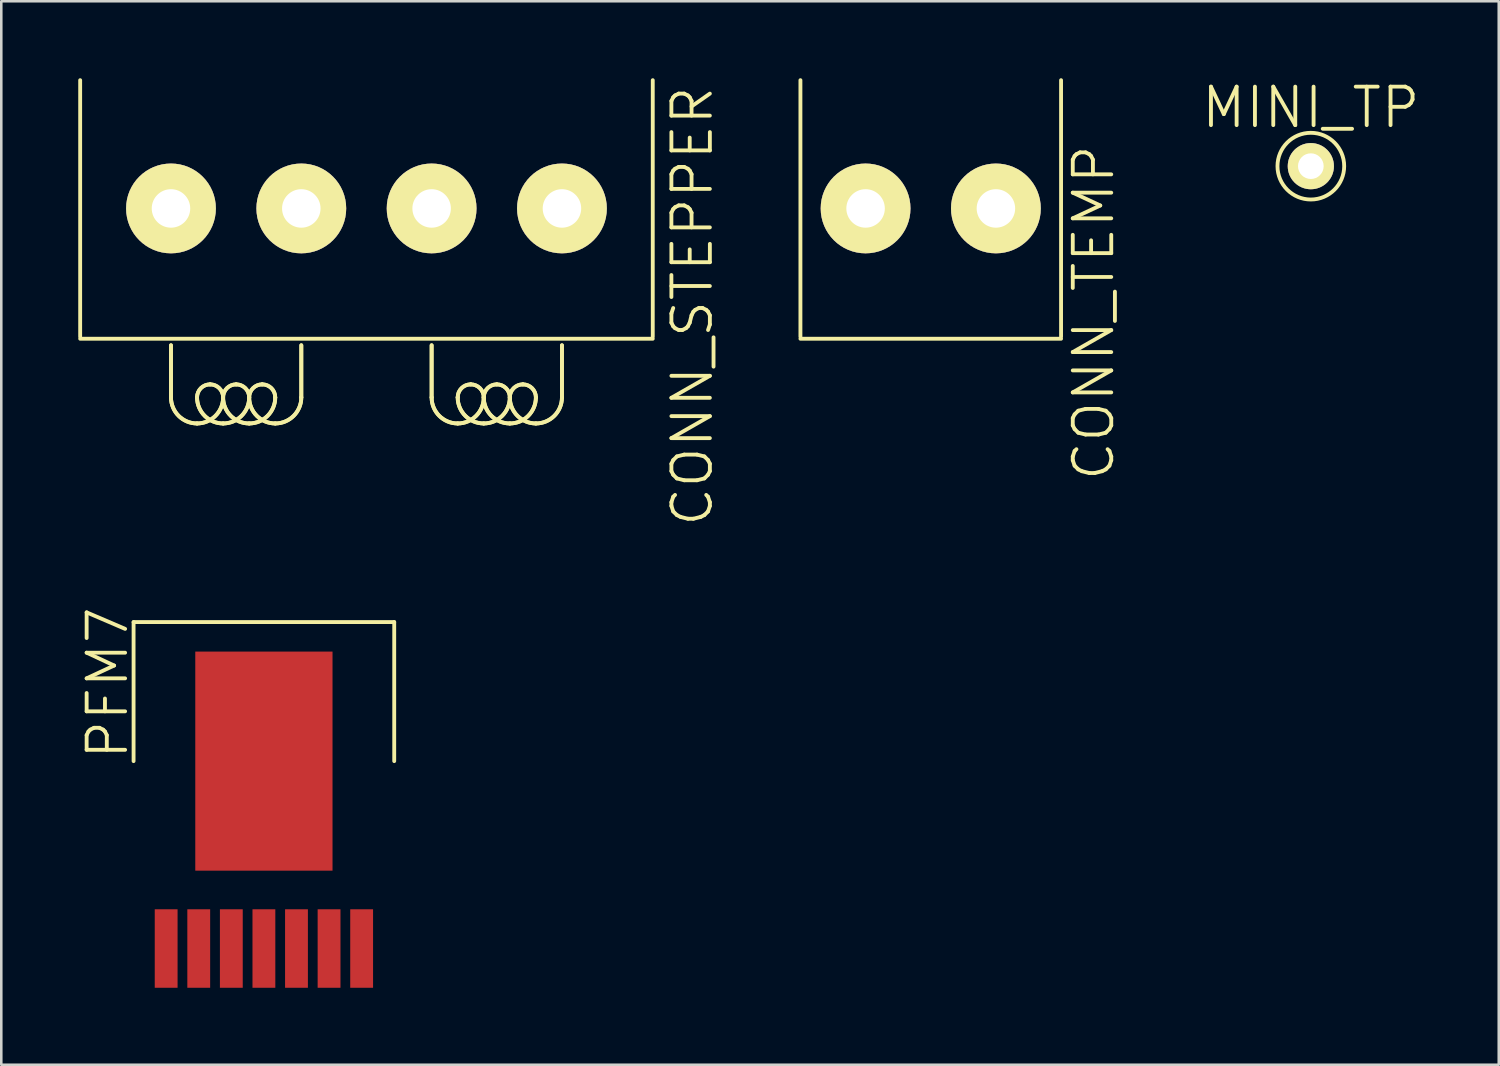
<source format=kicad_pcb>
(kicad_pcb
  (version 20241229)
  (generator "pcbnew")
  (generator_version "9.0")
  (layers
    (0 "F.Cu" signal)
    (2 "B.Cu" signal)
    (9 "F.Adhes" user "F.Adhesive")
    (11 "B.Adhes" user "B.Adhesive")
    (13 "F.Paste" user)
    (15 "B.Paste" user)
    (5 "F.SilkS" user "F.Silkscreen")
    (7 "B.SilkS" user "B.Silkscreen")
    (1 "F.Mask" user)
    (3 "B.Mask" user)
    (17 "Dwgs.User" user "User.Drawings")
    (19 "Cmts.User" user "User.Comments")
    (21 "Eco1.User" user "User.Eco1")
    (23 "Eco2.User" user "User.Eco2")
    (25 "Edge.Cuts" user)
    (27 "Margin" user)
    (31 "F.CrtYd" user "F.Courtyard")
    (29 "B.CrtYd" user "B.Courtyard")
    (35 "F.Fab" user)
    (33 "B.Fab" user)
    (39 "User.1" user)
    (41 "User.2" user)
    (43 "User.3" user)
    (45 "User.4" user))
  (footprint "CONN_TEMP"
    (layer "F.Cu")
    (at 33.231 5.075)
    (property "Reference" "CONN_TEMP" (at 6.35 4.064 90) (layer "F.SilkS") (effects (font (size 1.5 1.5) (thickness 0.15))))
    (attr through_hole)
    (fp_line (start -5.08 5) (end -5.08 -5) (stroke (width 0.15) (type solid)) (layer "F.SilkS"))
    (fp_line (start -5.08 5.08) (end 5.08 5.08) (stroke (width 0.15) (type solid)) (layer "F.SilkS"))
    (fp_line (start 5.08 5) (end 5.08 -5) (stroke (width 0.15) (type solid)) (layer "F.SilkS"))
    (pad "2" thru_hole circle (at 2.54 0) (size 3.5 3.5) (drill 1.5) (layers "*.Cu" "*.Mask" "F.SilkS"))
    (pad "3" thru_hole circle (at -2.54 0) (size 3.5 3.5) (drill 1.5) (layers "*.Cu" "*.Mask" "F.SilkS")))
  (footprint "MINI_TP"
    (layer "F.Cu")
    (at 48.047 3.427)
    (property "Reference" "MINI_TP" (at 0 -2.286 0) (layer "F.SilkS") (effects (font (size 1.5 1.5) (thickness 0.15))))
    (attr through_hole)
    (fp_circle (center 0 0) (end 1.3 0) (stroke (width 0.15) (type solid)) (fill no) (layer "F.SilkS"))
    (pad "1" thru_hole circle (at 0 0) (size 1.8 1.8) (drill 1) (layers "*.Cu" "*.Mask" "F.SilkS")))
  (footprint "CONN_STEPPER"
    (layer "F.Cu")
    (at 11.235 5.075)
    (property "Reference" "CONN_STEPPER" (at 12.7 3.81 90) (layer "F.SilkS") (effects (font (size 1.5 1.5) (thickness 0.15))))
    (attr through_hole)
    (fp_line (start -11.16 5) (end -11.16 -5) (stroke (width 0.15) (type solid)) (layer "F.SilkS"))
    (fp_line (start -11.16 5.08) (end 11.16 5.08) (stroke (width 0.15) (type solid)) (layer "F.SilkS"))
    (fp_line (start -7.62 5.334) (end -7.62 7.366) (stroke (width 0.15) (type solid)) (layer "F.SilkS"))
    (fp_line (start -7.62 5.334) (end -7.62 7.366) (stroke (width 0.15) (type solid)) (layer "F.SilkS"))
    (fp_line (start -2.54 7.366) (end -2.54 5.334) (stroke (width 0.15) (type solid)) (layer "F.SilkS"))
    (fp_line (start -2.54 7.366) (end -2.54 5.334) (stroke (width 0.15) (type solid)) (layer "F.SilkS"))
    (fp_line (start 2.54 5.334) (end 2.54 7.366) (stroke (width 0.15) (type solid)) (layer "F.SilkS"))
    (fp_line (start 2.54 5.334) (end 2.54 7.366) (stroke (width 0.15) (type solid)) (layer "F.SilkS"))
    (fp_line (start 7.62 7.366) (end 7.62 5.334) (stroke (width 0.15) (type solid)) (layer "F.SilkS"))
    (fp_line (start 7.62 7.366) (end 7.62 5.334) (stroke (width 0.15) (type solid)) (layer "F.SilkS"))
    (fp_line (start 11.16 5) (end 11.16 -5) (stroke (width 0.15) (type solid)) (layer "F.SilkS"))
    (fp_arc (start -6.604 7.366) (mid -6.45521 7.00679) (end -6.096 6.858) (stroke (width 0.15) (type solid)) (layer "F.SilkS"))
    (fp_arc (start -6.604 7.366) (mid -6.45521 7.00679) (end -6.096 6.858) (stroke (width 0.15) (type solid)) (layer "F.SilkS"))
    (fp_arc (start -6.604 8.382) (mid -7.32242 8.08442) (end -7.62 7.366) (stroke (width 0.15) (type solid)) (layer "F.SilkS"))
    (fp_arc (start -6.604 8.382) (mid -7.32242 8.08442) (end -7.62 7.366) (stroke (width 0.15) (type solid)) (layer "F.SilkS"))
    (fp_arc (start -6.096 6.858) (mid -5.73679 7.00679) (end -5.588 7.366) (stroke (width 0.15) (type solid)) (layer "F.SilkS"))
    (fp_arc (start -6.096 6.858) (mid -5.73679 7.00679) (end -5.588 7.366) (stroke (width 0.15) (type solid)) (layer "F.SilkS"))
    (fp_arc (start -5.588 7.366) (mid -5.88558 8.08442) (end -6.604 8.382) (stroke (width 0.15) (type solid)) (layer "F.SilkS"))
    (fp_arc (start -5.588 7.366) (mid -5.88558 8.08442) (end -6.604 8.382) (stroke (width 0.15) (type solid)) (layer "F.SilkS"))
    (fp_arc (start -5.588 7.366) (mid -5.43921 7.00679) (end -5.08 6.858) (stroke (width 0.15) (type solid)) (layer "F.SilkS"))
    (fp_arc (start -5.588 7.366) (mid -5.43921 7.00679) (end -5.08 6.858) (stroke (width 0.15) (type solid)) (layer "F.SilkS"))
    (fp_arc (start -5.588 8.382) (mid -6.30642 8.08442) (end -6.604 7.366) (stroke (width 0.15) (type solid)) (layer "F.SilkS"))
    (fp_arc (start -5.588 8.382) (mid -6.30642 8.08442) (end -6.604 7.366) (stroke (width 0.15) (type solid)) (layer "F.SilkS"))
    (fp_arc (start -5.08 6.858) (mid -4.72079 7.00679) (end -4.572 7.366) (stroke (width 0.15) (type solid)) (layer "F.SilkS"))
    (fp_arc (start -5.08 6.858) (mid -4.72079 7.00679) (end -4.572 7.366) (stroke (width 0.15) (type solid)) (layer "F.SilkS"))
    (fp_arc (start -4.572 7.366) (mid -4.86958 8.08442) (end -5.588 8.382) (stroke (width 0.15) (type solid)) (layer "F.SilkS"))
    (fp_arc (start -4.572 7.366) (mid -4.86958 8.08442) (end -5.588 8.382) (stroke (width 0.15) (type solid)) (layer "F.SilkS"))
    (fp_arc (start -4.572 7.366) (mid -4.42321 7.00679) (end -4.064 6.858) (stroke (width 0.15) (type solid)) (layer "F.SilkS"))
    (fp_arc (start -4.572 7.366) (mid -4.42321 7.00679) (end -4.064 6.858) (stroke (width 0.15) (type solid)) (layer "F.SilkS"))
    (fp_arc (start -4.572 8.382) (mid -5.29042 8.08442) (end -5.588 7.366) (stroke (width 0.15) (type solid)) (layer "F.SilkS"))
    (fp_arc (start -4.572 8.382) (mid -5.29042 8.08442) (end -5.588 7.366) (stroke (width 0.15) (type solid)) (layer "F.SilkS"))
    (fp_arc (start -4.064 6.858) (mid -3.70479 7.00679) (end -3.556 7.366) (stroke (width 0.15) (type solid)) (layer "F.SilkS"))
    (fp_arc (start -4.064 6.858) (mid -3.70479 7.00679) (end -3.556 7.366) (stroke (width 0.15) (type solid)) (layer "F.SilkS"))
    (fp_arc (start -3.556 7.366) (mid -3.85358 8.08442) (end -4.572 8.382) (stroke (width 0.15) (type solid)) (layer "F.SilkS"))
    (fp_arc (start -3.556 7.366) (mid -3.85358 8.08442) (end -4.572 8.382) (stroke (width 0.15) (type solid)) (layer "F.SilkS"))
    (fp_arc (start -3.556 8.382) (mid -4.27442 8.08442) (end -4.572 7.366) (stroke (width 0.15) (type solid)) (layer "F.SilkS"))
    (fp_arc (start -3.556 8.382) (mid -4.27442 8.08442) (end -4.572 7.366) (stroke (width 0.15) (type solid)) (layer "F.SilkS"))
    (fp_arc (start -2.54 7.366) (mid -2.83758 8.08442) (end -3.556 8.382) (stroke (width 0.15) (type solid)) (layer "F.SilkS"))
    (fp_arc (start -2.54 7.366) (mid -2.83758 8.08442) (end -3.556 8.382) (stroke (width 0.15) (type solid)) (layer "F.SilkS"))
    (fp_arc (start 3.556 7.366) (mid 3.70479 7.00679) (end 4.064 6.858) (stroke (width 0.15) (type solid)) (layer "F.SilkS"))
    (fp_arc (start 3.556 7.366) (mid 3.70479 7.00679) (end 4.064 6.858) (stroke (width 0.15) (type solid)) (layer "F.SilkS"))
    (fp_arc (start 3.556 8.382) (mid 2.83758 8.08442) (end 2.54 7.366) (stroke (width 0.15) (type solid)) (layer "F.SilkS"))
    (fp_arc (start 3.556 8.382) (mid 2.83758 8.08442) (end 2.54 7.366) (stroke (width 0.15) (type solid)) (layer "F.SilkS"))
    (fp_arc (start 4.064 6.858) (mid 4.42321 7.00679) (end 4.572 7.366) (stroke (width 0.15) (type solid)) (layer "F.SilkS"))
    (fp_arc (start 4.064 6.858) (mid 4.42321 7.00679) (end 4.572 7.366) (stroke (width 0.15) (type solid)) (layer "F.SilkS"))
    (fp_arc (start 4.572 7.366) (mid 4.27442 8.08442) (end 3.556 8.382) (stroke (width 0.15) (type solid)) (layer "F.SilkS"))
    (fp_arc (start 4.572 7.366) (mid 4.27442 8.08442) (end 3.556 8.382) (stroke (width 0.15) (type solid)) (layer "F.SilkS"))
    (fp_arc (start 4.572 7.366) (mid 4.72079 7.00679) (end 5.08 6.858) (stroke (width 0.15) (type solid)) (layer "F.SilkS"))
    (fp_arc (start 4.572 7.366) (mid 4.72079 7.00679) (end 5.08 6.858) (stroke (width 0.15) (type solid)) (layer "F.SilkS"))
    (fp_arc (start 4.572 8.382) (mid 3.85358 8.08442) (end 3.556 7.366) (stroke (width 0.15) (type solid)) (layer "F.SilkS"))
    (fp_arc (start 4.572 8.382) (mid 3.85358 8.08442) (end 3.556 7.366) (stroke (width 0.15) (type solid)) (layer "F.SilkS"))
    (fp_arc (start 5.08 6.858) (mid 5.43921 7.00679) (end 5.588 7.366) (stroke (width 0.15) (type solid)) (layer "F.SilkS"))
    (fp_arc (start 5.08 6.858) (mid 5.43921 7.00679) (end 5.588 7.366) (stroke (width 0.15) (type solid)) (layer "F.SilkS"))
    (fp_arc (start 5.588 7.366) (mid 5.29042 8.08442) (end 4.572 8.382) (stroke (width 0.15) (type solid)) (layer "F.SilkS"))
    (fp_arc (start 5.588 7.366) (mid 5.29042 8.08442) (end 4.572 8.382) (stroke (width 0.15) (type solid)) (layer "F.SilkS"))
    (fp_arc (start 5.588 7.366) (mid 5.73679 7.00679) (end 6.096 6.858) (stroke (width 0.15) (type solid)) (layer "F.SilkS"))
    (fp_arc (start 5.588 7.366) (mid 5.73679 7.00679) (end 6.096 6.858) (stroke (width 0.15) (type solid)) (layer "F.SilkS"))
    (fp_arc (start 5.588 8.382) (mid 4.86958 8.08442) (end 4.572 7.366) (stroke (width 0.15) (type solid)) (layer "F.SilkS"))
    (fp_arc (start 5.588 8.382) (mid 4.86958 8.08442) (end 4.572 7.366) (stroke (width 0.15) (type solid)) (layer "F.SilkS"))
    (fp_arc (start 6.096 6.858) (mid 6.45521 7.00679) (end 6.604 7.366) (stroke (width 0.15) (type solid)) (layer "F.SilkS"))
    (fp_arc (start 6.096 6.858) (mid 6.45521 7.00679) (end 6.604 7.366) (stroke (width 0.15) (type solid)) (layer "F.SilkS"))
    (fp_arc (start 6.604 7.366) (mid 6.30642 8.08442) (end 5.588 8.382) (stroke (width 0.15) (type solid)) (layer "F.SilkS"))
    (fp_arc (start 6.604 7.366) (mid 6.30642 8.08442) (end 5.588 8.382) (stroke (width 0.15) (type solid)) (layer "F.SilkS"))
    (fp_arc (start 6.604 8.382) (mid 5.88558 8.08442) (end 5.588 7.366) (stroke (width 0.15) (type solid)) (layer "F.SilkS"))
    (fp_arc (start 6.604 8.382) (mid 5.88558 8.08442) (end 5.588 7.366) (stroke (width 0.15) (type solid)) (layer "F.SilkS"))
    (fp_arc (start 7.62 7.366) (mid 7.32242 8.08442) (end 6.604 8.382) (stroke (width 0.15) (type solid)) (layer "F.SilkS"))
    (fp_arc (start 7.62 7.366) (mid 7.32242 8.08442) (end 6.604 8.382) (stroke (width 0.15) (type solid)) (layer "F.SilkS"))
    (pad "1" thru_hole circle (at -7.62 0) (size 3.5 3.5) (drill 1.5) (layers "*.Cu" "*.Mask" "F.SilkS"))
    (pad "2" thru_hole circle (at -2.54 0) (size 3.5 3.5) (drill 1.5) (layers "*.Cu" "*.Mask" "F.SilkS"))
    (pad "3" thru_hole circle (at 2.54 0) (size 3.5 3.5) (drill 1.5) (layers "*.Cu" "*.Mask" "F.SilkS"))
    (pad "4" thru_hole circle (at 7.62 0) (size 3.5 3.5) (drill 1.5) (layers "*.Cu" "*.Mask" "F.SilkS")))
  (footprint "PFM7"
    (layer "F.Cu")
    (at 7.237 26.619)
    (property "Reference" "PFM7" (at -6.096 -3.048 90) (layer "F.SilkS") (effects (font (size 1.5 1.5) (thickness 0.15))))
    (attr through_hole)
    (fp_line (start -5.08 -5.42) (end -5.08 0) (stroke (width 0.15) (type solid)) (layer "F.SilkS"))
    (fp_line (start -5.08 -5.42) (end 5.08 -5.42) (stroke (width 0.15) (type solid)) (layer "F.SilkS"))
    (fp_line (start 5.08 -5.42) (end 5.08 0) (stroke (width 0.15) (type solid)) (layer "F.SilkS"))
    (pad "1" smd rect (at -3.81 7.305) (size 0.89 3.06) (layers "F.Cu" "F.Mask" "F.Paste"))
    (pad "2" smd rect (at -2.54 7.305) (size 0.89 3.06) (layers "F.Cu" "F.Mask" "F.Paste"))
    (pad "3" smd rect (at -1.27 7.305) (size 0.89 3.06) (layers "F.Cu" "F.Mask" "F.Paste"))
    (pad "4" smd rect (at 0 0) (size 5.35 8.54) (layers "F.Cu" "F.Mask" "F.Paste"))
    (pad "4" smd rect (at 0 7.305) (size 0.89 3.06) (layers "F.Cu" "F.Mask" "F.Paste"))
    (pad "5" smd rect (at 1.27 7.305) (size 0.89 3.06) (layers "F.Cu" "F.Mask" "F.Paste"))
    (pad "6" smd rect (at 2.54 7.305) (size 0.89 3.06) (layers "F.Cu" "F.Mask" "F.Paste"))
    (pad "7" smd rect (at 3.81 7.305) (size 0.89 3.06) (layers "F.Cu" "F.Mask" "F.Paste")))
  (gr_rect
    (start -3 -3)
    (end 55.372 38.454)
    (stroke (width 0.1) (type default))
    (fill no)
    (layer "Edge.Cuts")))
</source>
